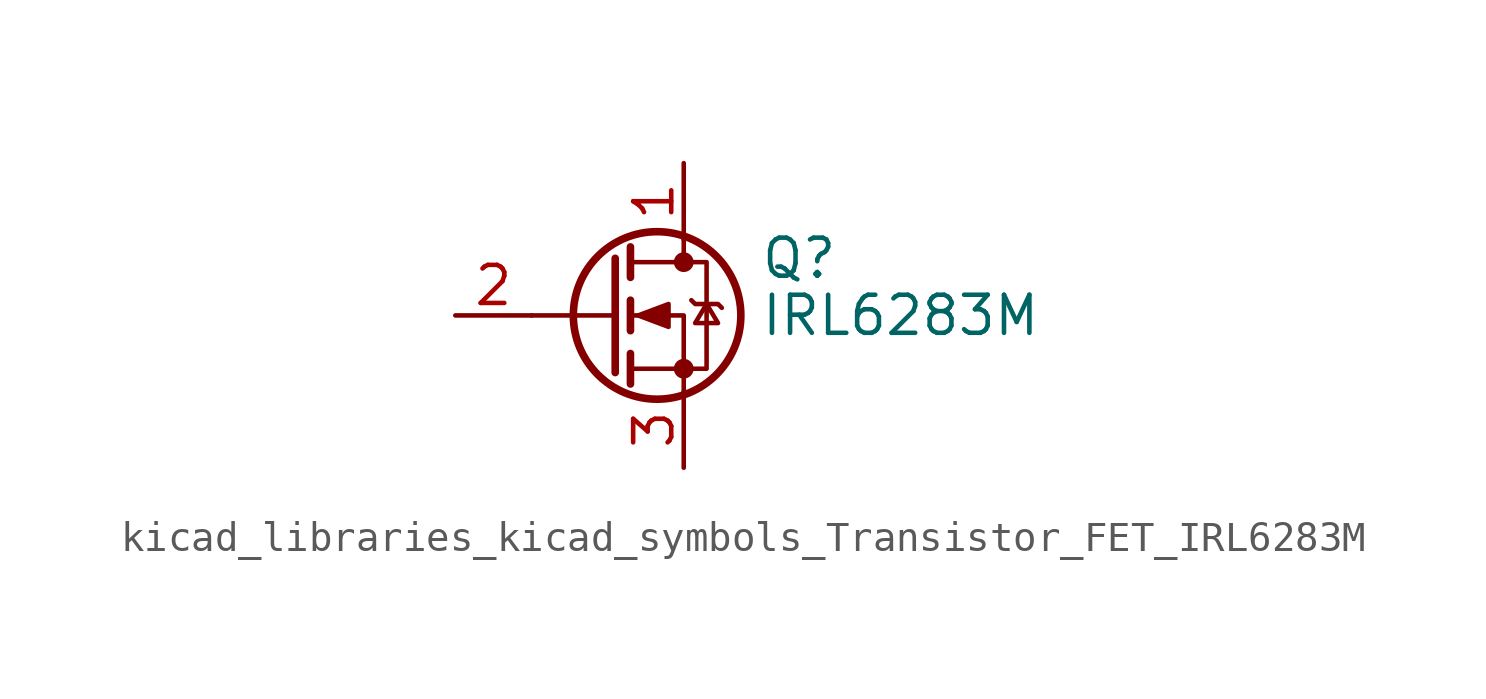
<source format=kicad_sym>
(kicad_symbol_lib
  (version 20220914)
  (generator kicad_symbol_editor)
  (symbol "kicad_libraries_kicad_symbols_Transistor_FET_IRL6283M"
    (pin_names hide)
    (property "Reference" "Q"
      (at 5.08 1.905 0)
      (effects (font (size 1.27 1.27)) (justify left)))
    (property "Value" "IRL6283M"
      (at 5.08 0 0)
      (effects (font (size 1.27 1.27)) (justify left)))
    (symbol "kicad_libraries_kicad_symbols_Transistor_FET_IRL6283M_0_1"
      (polyline (pts (xy 0.254 0) (xy -2.54 0)) (stroke (width 0) (type default)) (fill (type none)))
      (polyline (pts (xy 0.254 1.905) (xy 0.254 -1.905)) (stroke (width 0.254) (type default)) (fill (type none)))
      (polyline (pts (xy 0.762 -1.27) (xy 0.762 -2.286)) (stroke (width 0.254) (type default)) (fill (type none)))
      (polyline (pts (xy 0.762 0.508) (xy 0.762 -0.508)) (stroke (width 0.254) (type default)) (fill (type none)))
      (polyline (pts (xy 0.762 2.286) (xy 0.762 1.27)) (stroke (width 0.254) (type default)) (fill (type none)))
      (polyline (pts (xy 2.54 2.54) (xy 2.54 1.778)) (stroke (width 0) (type default)) (fill (type none)))
      (polyline (pts (xy 2.54 -2.54) (xy 2.54 0) (xy 0.762 0)) (stroke (width 0) (type default)) (fill (type none)))
      (polyline (pts (xy 0.762 -1.778) (xy 3.302 -1.778) (xy 3.302 1.778) (xy 0.762 1.778)) (stroke (width 0) (type default)) (fill (type none)))
      (polyline (pts (xy 1.016 0) (xy 2.032 0.381) (xy 2.032 -0.381) (xy 1.016 0)) (stroke (width 0) (type default)) (fill (type outline)))
      (polyline (pts (xy 2.794 0.508) (xy 2.921 0.381) (xy 3.683 0.381) (xy 3.81 0.254)) (stroke (width 0) (type default)) (fill (type none)))
      (polyline (pts (xy 3.302 0.381) (xy 2.921 -0.254) (xy 3.683 -0.254) (xy 3.302 0.381)) (stroke (width 0) (type default)) (fill (type none)))
      (circle (center 1.651 0) (radius 2.794) (stroke (width 0.254) (type default)) (fill (type none)))
      (circle (center 2.54 -1.778) (radius 0.254) (stroke (width 0) (type default)) (fill (type outline)))
      (circle (center 2.54 1.778) (radius 0.254) (stroke (width 0) (type default)) (fill (type outline))))
    (symbol "kicad_libraries_kicad_symbols_Transistor_FET_IRL6283M_1_1"
      (pin passive line (at 2.54 5.08 270) (length 2.54) (name "D" (effects (font (size 1.27 1.27)))) (number "1" (effects (font (size 1.27 1.27)))))
      (pin input line (at -5.08 0 0) (length 2.54) (name "G" (effects (font (size 1.27 1.27)))) (number "2" (effects (font (size 1.27 1.27)))))
      (pin passive line (at 2.54 -5.08 90) (length 2.54) (name "S" (effects (font (size 1.27 1.27)))) (number "3" (effects (font (size 1.27 1.27))))))))
</source>
